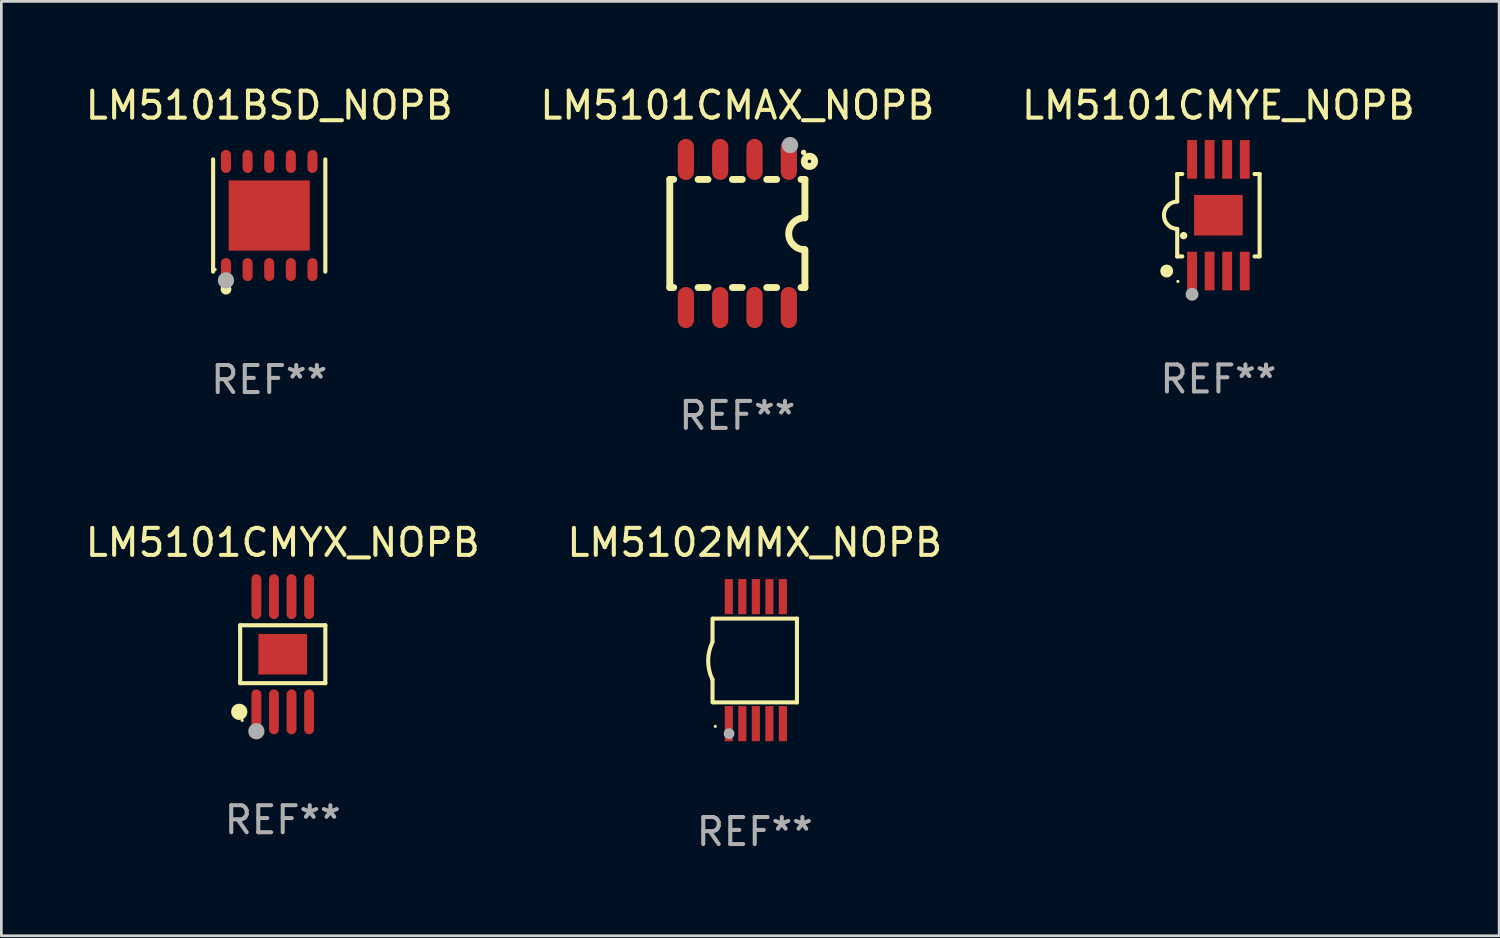
<source format=kicad_pcb>
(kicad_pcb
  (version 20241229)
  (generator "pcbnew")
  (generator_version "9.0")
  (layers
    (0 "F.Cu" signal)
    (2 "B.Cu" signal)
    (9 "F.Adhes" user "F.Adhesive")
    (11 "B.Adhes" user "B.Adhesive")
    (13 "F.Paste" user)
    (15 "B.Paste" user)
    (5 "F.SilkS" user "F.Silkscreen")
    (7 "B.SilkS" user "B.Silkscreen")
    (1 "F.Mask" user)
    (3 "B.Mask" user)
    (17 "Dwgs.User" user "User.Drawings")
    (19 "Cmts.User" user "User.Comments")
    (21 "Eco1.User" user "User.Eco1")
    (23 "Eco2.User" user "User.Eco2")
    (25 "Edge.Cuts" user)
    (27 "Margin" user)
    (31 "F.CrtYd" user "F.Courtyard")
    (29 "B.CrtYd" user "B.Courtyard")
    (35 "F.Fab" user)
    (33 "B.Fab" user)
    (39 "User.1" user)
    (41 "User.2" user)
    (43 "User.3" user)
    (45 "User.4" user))
  (footprint "LM5102MMX_NOPB"
    (layer "F.Cu")
    (at 24.875 21.375)
    (property "Reference" "LM5102MMX_NOPB" (at 0 -4.35 0) (layer "F.SilkS") (effects (font (size 1 1) (thickness 0.15))))
    (attr through_hole)
    (fp_line (start -1.562 -1.537) (end -1.562 -0.698) (stroke (width 0.15) (type solid)) (layer "F.SilkS"))
    (fp_line (start -1.562 0.724) (end -1.562 1.562) (stroke (width 0.15) (type solid)) (layer "F.SilkS"))
    (fp_line (start -1.538 -1.537) (end 1.562 -1.537) (stroke (width 0.15) (type solid)) (layer "F.SilkS"))
    (fp_line (start -1.538 1.562) (end 1.562 1.562) (stroke (width 0.15) (type solid)) (layer "F.SilkS"))
    (fp_line (start 1.562 1.564) (end 1.562 -1.537) (stroke (width 0.15) (type solid)) (layer "F.SilkS"))
    (fp_arc (start -1.562103 0.724079) (mid -1.723579 0.025578) (end -1.562103 -0.672924) (stroke (width 0.150013) (type solid)) (layer "F.SilkS"))
    (fp_circle (center -1.459 2.45) (end -1.429 2.45) (stroke (width 0.06) (type solid)) (fill no) (layer "F.SilkS"))
    (fp_circle (center -0.95 2.718) (end -0.85 2.718) (stroke (width 0.2) (type solid)) (fill no) (layer "F.Fab"))
    (fp_text user "REF**" (at 0 6.35 0) (layer "F.Fab") (effects (font (size 1 1) (thickness 0.15))))
    (pad "1" smd rect (at -0.959 2.35) (size 0.3 1.3) (layers "F.Cu" "F.Mask" "F.Paste"))
    (pad "2" smd rect (at -0.459 2.35) (size 0.3 1.3) (layers "F.Cu" "F.Mask" "F.Paste"))
    (pad "3" smd rect (at 0.04 2.35) (size 0.3 1.3) (layers "F.Cu" "F.Mask" "F.Paste"))
    (pad "4" smd rect (at 0.541 2.35) (size 0.3 1.3) (layers "F.Cu" "F.Mask" "F.Paste"))
    (pad "5" smd rect (at 1.041 2.35) (size 0.3 1.3) (layers "F.Cu" "F.Mask" "F.Paste"))
    (pad "6" smd rect (at 1.04 -2.35) (size 0.3 1.3) (layers "F.Cu" "F.Mask" "F.Paste"))
    (pad "7" smd rect (at 0.541 -2.35) (size 0.3 1.3) (layers "F.Cu" "F.Mask" "F.Paste"))
    (pad "8" smd rect (at 0.041 -2.35) (size 0.3 1.3) (layers "F.Cu" "F.Mask" "F.Paste"))
    (pad "9" smd rect (at -0.459 -2.35) (size 0.3 1.3) (layers "F.Cu" "F.Mask" "F.Paste"))
    (pad "10" smd rect (at -0.96 -2.35) (size 0.3 1.3) (layers "F.Cu" "F.Mask" "F.Paste")))
  (footprint "LM5101CMYE_NOPB"
    (layer "F.Cu")
    (at 42.03 4.913)
    (property "Reference" "LM5101CMYE_NOPB" (at 0 -4.065 0) (layer "F.SilkS") (effects (font (size 1 1) (thickness 0.15))))
    (attr through_hole)
    (fp_line (start -1.524 -1.524) (end -1.524 -0.508) (stroke (width 0.152) (type solid)) (layer "F.SilkS"))
    (fp_line (start -1.524 -1.524) (end -1.337 -1.524) (stroke (width 0.152) (type solid)) (layer "F.SilkS"))
    (fp_line (start -1.524 1.524) (end -1.524 0.508) (stroke (width 0.152) (type solid)) (layer "F.SilkS"))
    (fp_line (start -1.337 1.524) (end -1.524 1.524) (stroke (width 0.152) (type solid)) (layer "F.SilkS"))
    (fp_line (start 1.337 -1.524) (end 1.524 -1.524) (stroke (width 0.152) (type solid)) (layer "F.SilkS"))
    (fp_line (start 1.524 -1.524) (end 1.524 1.524) (stroke (width 0.152) (type solid)) (layer "F.SilkS"))
    (fp_line (start 1.524 1.524) (end 1.337 1.524) (stroke (width 0.152) (type solid)) (layer "F.SilkS"))
    (fp_arc (start -1.524003 0.508001) (mid -2.014069 0) (end -1.524002 -0.508001) (stroke (width 0.151994) (type solid)) (layer "F.SilkS"))
    (fp_circle (center -1.913 2.065) (end -1.793 2.065) (stroke (width 0.24) (type solid)) (fill no) (layer "F.SilkS"))
    (fp_circle (center -1.5 2.45) (end -1.47 2.45) (stroke (width 0.06) (type solid)) (fill no) (layer "F.SilkS"))
    (fp_circle (center -1.286 0.755) (end -1.217 0.755) (stroke (width 0.138) (type solid)) (fill no) (layer "F.SilkS"))
    (fp_circle (center -0.975 2.926) (end -0.855 2.926) (stroke (width 0.24) (type solid)) (fill no) (layer "F.Fab"))
    (fp_text user "REF**" (at 0 6.065 0) (layer "F.Fab") (effects (font (size 1 1) (thickness 0.15))))
    (pad "1" smd rect (at -0.975 2.065) (size 0.364 1.43) (layers "F.Cu" "F.Mask" "F.Paste"))
    (pad "2" smd rect (at -0.325 2.065) (size 0.364 1.43) (layers "F.Cu" "F.Mask" "F.Paste"))
    (pad "3" smd rect (at 0.325 2.065) (size 0.364 1.43) (layers "F.Cu" "F.Mask" "F.Paste"))
    (pad "4" smd rect (at 0.975 2.065) (size 0.364 1.43) (layers "F.Cu" "F.Mask" "F.Paste"))
    (pad "5" smd rect (at 0.975 -2.065) (size 0.364 1.43) (layers "F.Cu" "F.Mask" "F.Paste"))
    (pad "6" smd rect (at 0.325 -2.065) (size 0.364 1.43) (layers "F.Cu" "F.Mask" "F.Paste"))
    (pad "7" smd rect (at -0.325 -2.065) (size 0.364 1.43) (layers "F.Cu" "F.Mask" "F.Paste"))
    (pad "8" smd rect (at -0.975 -2.065) (size 0.364 1.43) (layers "F.Cu" "F.Mask" "F.Paste"))
    (pad "9" smd rect (at 0 0) (size 1.8 1.5) (layers "F.Cu" "F.Mask" "F.Paste")))
  (footprint "LM5101CMYX_NOPB"
    (layer "F.Cu")
    (at 7.411 21.156)
    (property "Reference" "LM5101CMYX_NOPB" (at 0 -4.131 0) (layer "F.SilkS") (effects (font (size 1 1) (thickness 0.15))))
    (attr through_hole)
    (fp_line (start -1.576 -1.071) (end 1.576 -1.071) (stroke (width 0.152) (type solid)) (layer "F.SilkS"))
    (fp_line (start -1.576 1.071) (end -1.576 -1.071) (stroke (width 0.152) (type solid)) (layer "F.SilkS"))
    (fp_line (start 1.576 -1.071) (end 1.576 1.071) (stroke (width 0.152) (type solid)) (layer "F.SilkS"))
    (fp_line (start 1.576 1.071) (end -1.576 1.071) (stroke (width 0.152) (type solid)) (layer "F.SilkS"))
    (fp_circle (center -1.609 2.131) (end -1.459 2.131) (stroke (width 0.3) (type solid)) (fill no) (layer "F.SilkS"))
    (fp_circle (center -1.5 2.45) (end -1.47 2.45) (stroke (width 0.06) (type solid)) (fill no) (layer "F.SilkS"))
    (fp_circle (center -0.975 2.85) (end -0.825 2.85) (stroke (width 0.3) (type solid)) (fill no) (layer "F.Fab"))
    (fp_text user "REF**" (at 0 6.131 0) (layer "F.Fab") (effects (font (size 1 1) (thickness 0.15))))
    (pad "1" smd oval (at -0.975 2.131) (size 0.364 1.662) (layers "F.Cu" "F.Mask" "F.Paste"))
    (pad "2" smd oval (at -0.325 2.131) (size 0.364 1.662) (layers "F.Cu" "F.Mask" "F.Paste"))
    (pad "3" smd oval (at 0.325 2.131) (size 0.364 1.662) (layers "F.Cu" "F.Mask" "F.Paste"))
    (pad "4" smd oval (at 0.975 2.131) (size 0.364 1.662) (layers "F.Cu" "F.Mask" "F.Paste"))
    (pad "5" smd oval (at 0.975 -2.131) (size 0.364 1.662) (layers "F.Cu" "F.Mask" "F.Paste"))
    (pad "6" smd oval (at 0.325 -2.131) (size 0.364 1.662) (layers "F.Cu" "F.Mask" "F.Paste"))
    (pad "7" smd oval (at -0.325 -2.131) (size 0.364 1.662) (layers "F.Cu" "F.Mask" "F.Paste"))
    (pad "8" smd oval (at -0.975 -2.131) (size 0.364 1.662) (layers "F.Cu" "F.Mask" "F.Paste"))
    (pad "9" smd rect (at 0 0 90) (size 1.5 1.8) (layers "F.Cu" "F.Mask" "F.Paste")))
  (footprint "LM5101CMAX_NOPB"
    (layer "F.Cu")
    (at 24.232 5.588)
    (property "Reference" "LM5101CMAX_NOPB" (at 0 -4.74 0) (layer "F.SilkS") (effects (font (size 1 1) (thickness 0.15))))
    (attr through_hole)
    (fp_line (start -2.5 2) (end -2.5 -2) (stroke (width 0.254) (type solid)) (layer "F.SilkS"))
    (fp_line (start -2.356 -2) (end -2.5 -2) (stroke (width 0.254) (type solid)) (layer "F.SilkS"))
    (fp_line (start -2.356 2) (end -2.5 2) (stroke (width 0.254) (type solid)) (layer "F.SilkS"))
    (fp_line (start -1.086 -2) (end -1.454 -2) (stroke (width 0.254) (type solid)) (layer "F.SilkS"))
    (fp_line (start -1.086 2) (end -1.454 2) (stroke (width 0.254) (type solid)) (layer "F.SilkS"))
    (fp_line (start 0.184 -2) (end -0.184 -2) (stroke (width 0.254) (type solid)) (layer "F.SilkS"))
    (fp_line (start 0.184 2) (end -0.184 2) (stroke (width 0.254) (type solid)) (layer "F.SilkS"))
    (fp_line (start 1.454 -2) (end 1.086 -2) (stroke (width 0.254) (type solid)) (layer "F.SilkS"))
    (fp_line (start 1.454 2) (end 1.086 2) (stroke (width 0.254) (type solid)) (layer "F.SilkS"))
    (fp_line (start 2.5 -2) (end 2.356 -2) (stroke (width 0.254) (type solid)) (layer "F.SilkS"))
    (fp_line (start 2.5 -0.58) (end 2.5 -2) (stroke (width 0.254) (type solid)) (layer "F.SilkS"))
    (fp_line (start 2.5 2) (end 2.356 2) (stroke (width 0.254) (type solid)) (layer "F.SilkS"))
    (fp_line (start 2.5 2) (end 2.5 0.6) (stroke (width 0.254) (type solid)) (layer "F.SilkS"))
    (fp_arc (start 2.489992 0.600051) (mid 1.901674 0.010046) (end 2.489992 -0.579959) (stroke (width 0.254001) (type solid)) (layer "F.SilkS"))
    (fp_circle (center 2.45 -3) (end 2.5 -3) (stroke (width 0.1) (type solid)) (fill no) (layer "F.SilkS"))
    (fp_circle (center 2.667 -2.667) (end 2.858 -2.667) (stroke (width 0.254) (type solid)) (fill no) (layer "F.SilkS"))
    (fp_circle (center 1.95 -3.27) (end 2.1 -3.27) (stroke (width 0.3) (type solid)) (fill no) (layer "F.Fab"))
    (fp_text user "REF**" (at 0 6.74 0) (layer "F.Fab") (effects (font (size 1 1) (thickness 0.15))))
    (pad "1" smd oval (at 1.905 -2.74) (size 0.6 1.52) (layers "F.Cu" "F.Mask" "F.Paste"))
    (pad "2" smd oval (at 0.635 -2.74) (size 0.6 1.52) (layers "F.Cu" "F.Mask" "F.Paste"))
    (pad "3" smd oval (at -0.635 -2.74) (size 0.6 1.52) (layers "F.Cu" "F.Mask" "F.Paste"))
    (pad "4" smd oval (at -1.905 -2.74) (size 0.6 1.52) (layers "F.Cu" "F.Mask" "F.Paste"))
    (pad "5" smd oval (at -1.905 2.74) (size 0.6 1.52) (layers "F.Cu" "F.Mask" "F.Paste"))
    (pad "6" smd oval (at -0.635 2.74) (size 0.6 1.52) (layers "F.Cu" "F.Mask" "F.Paste"))
    (pad "7" smd oval (at 0.635 2.74) (size 0.6 1.52) (layers "F.Cu" "F.Mask" "F.Paste"))
    (pad "8" smd oval (at 1.905 2.74) (size 0.6 1.52) (layers "F.Cu" "F.Mask" "F.Paste")))
  (footprint "LM5101BSD_NOPB"
    (layer "F.Cu")
    (at 6.911 4.924)
    (property "Reference" "LM5101BSD_NOPB" (at 0 -4.076 0) (layer "F.SilkS") (effects (font (size 1 1) (thickness 0.15))))
    (attr through_hole)
    (fp_line (start -2.076 2.076) (end -2.076 -2.076) (stroke (width 0.152) (type solid)) (layer "F.SilkS"))
    (fp_line (start 2.076 -2.076) (end 2.076 2.076) (stroke (width 0.152) (type solid)) (layer "F.SilkS"))
    (fp_circle (center -2 2) (end -1.97 2) (stroke (width 0.06) (type solid)) (fill no) (layer "F.SilkS"))
    (fp_circle (center -1.6 2.725) (end -1.5 2.725) (stroke (width 0.2) (type solid)) (fill no) (layer "F.SilkS"))
    (fp_circle (center -1.6 2.4) (end -1.45 2.4) (stroke (width 0.3) (type solid)) (fill no) (layer "F.Fab"))
    (fp_text user "REF**" (at 0 6.076 0) (layer "F.Fab") (effects (font (size 1 1) (thickness 0.15))))
    (pad "1" smd oval (at -1.6 2) (size 0.371 0.85) (layers "F.Cu" "F.Mask" "F.Paste"))
    (pad "2" smd oval (at -0.8 2) (size 0.371 0.85) (layers "F.Cu" "F.Mask" "F.Paste"))
    (pad "3" smd oval (at 0 2) (size 0.371 0.85) (layers "F.Cu" "F.Mask" "F.Paste"))
    (pad "4" smd oval (at 0.8 2) (size 0.371 0.85) (layers "F.Cu" "F.Mask" "F.Paste"))
    (pad "5" smd oval (at 1.6 2) (size 0.371 0.85) (layers "F.Cu" "F.Mask" "F.Paste"))
    (pad "6" smd oval (at 1.6 -2) (size 0.371 0.85) (layers "F.Cu" "F.Mask" "F.Paste"))
    (pad "7" smd oval (at 0.8 -2) (size 0.371 0.85) (layers "F.Cu" "F.Mask" "F.Paste"))
    (pad "8" smd oval (at 0 -2) (size 0.371 0.85) (layers "F.Cu" "F.Mask" "F.Paste"))
    (pad "9" smd oval (at -0.8 -2) (size 0.371 0.85) (layers "F.Cu" "F.Mask" "F.Paste"))
    (pad "10" smd oval (at -1.6 -2) (size 0.371 0.85) (layers "F.Cu" "F.Mask" "F.Paste"))
    (pad "11" smd rect (at 0 0) (size 3 2.6) (layers "F.Cu" "F.Mask" "F.Paste")))
  (gr_rect
    (start -3 -3)
    (end 52.417 31.573)
    (stroke (width 0.1) (type default))
    (fill no)
    (layer "Edge.Cuts")))
</source>
